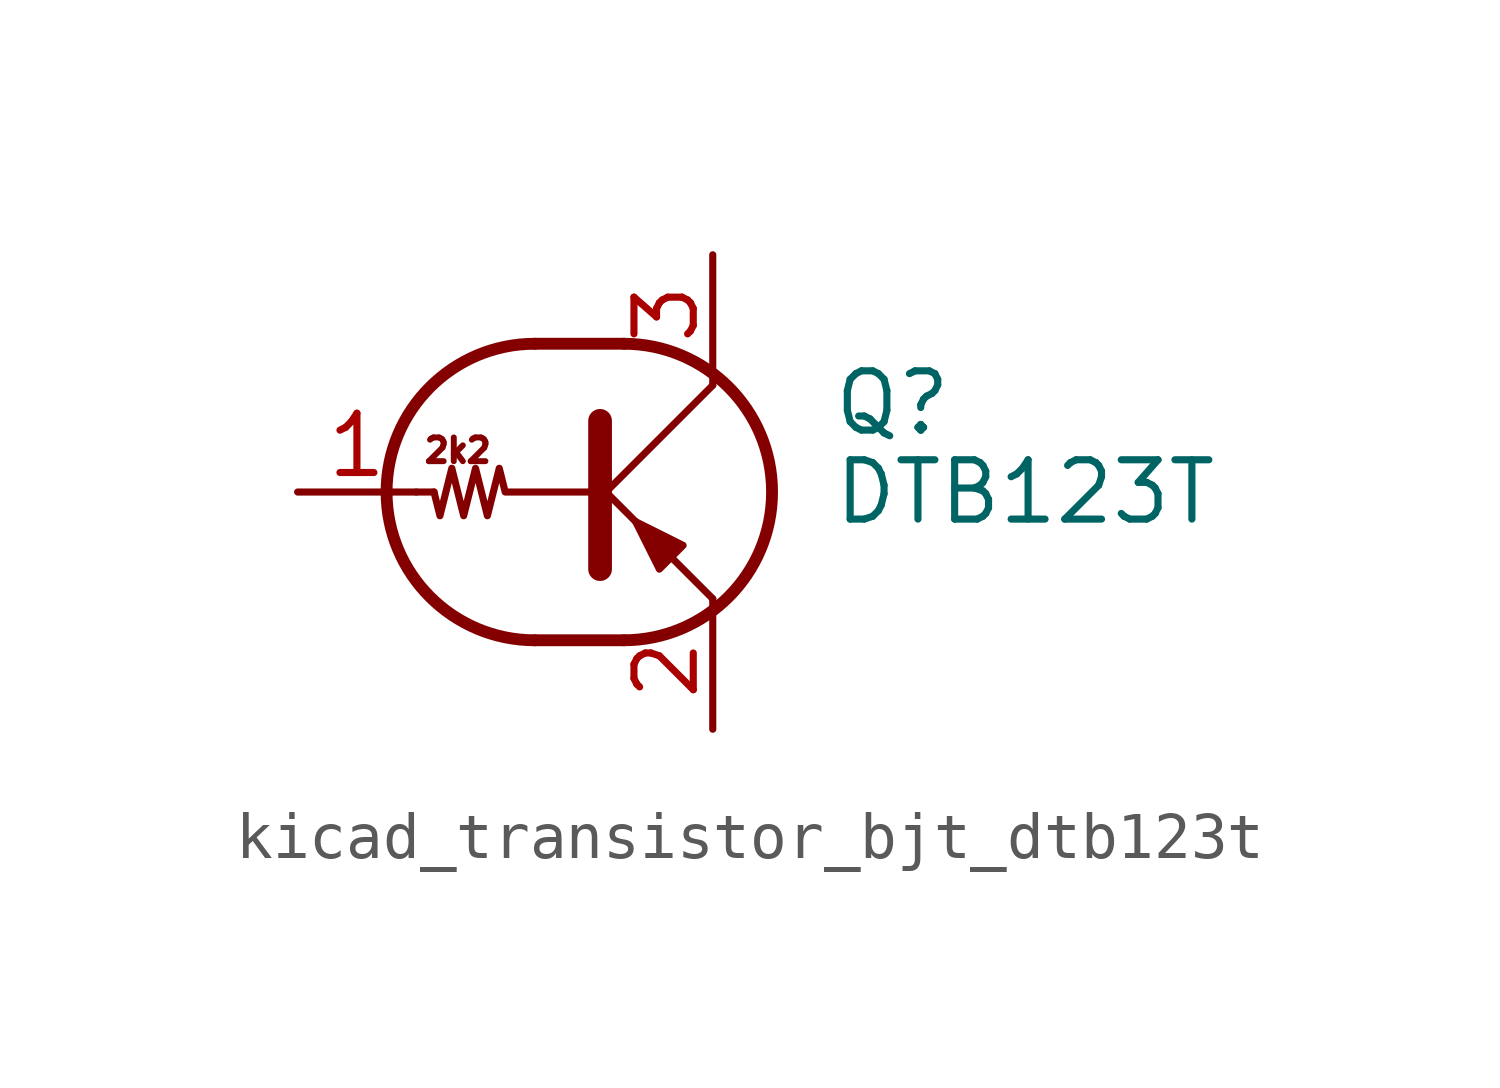
<source format=kicad_sym>
(kicad_symbol_lib
  (version 20220914)
  (generator kicad_symbol_editor)
  (symbol "kicad_transistor_bjt_dtb123t"
    (pin_names
      (offset 0) hide)
    (property "Reference" "Q"
      (at 5.08 1.905 0)
      (effects (font (size 1.27 1.27)) (justify left)))
    (property "Value" "DTB123T"
      (at 5.08 0 0)
      (effects (font (size 1.27 1.27)) (justify left)))
    (symbol "kicad_transistor_bjt_dtb123t_0_0"
      (polyline (pts (xy 2.54 -2.286) (xy 2.54 -2.54)) (stroke (width 0) (type default)) (fill (type none)))
      (text "2k2" (at -2.921 0.889 0) (effects (font (size 0.508 0.508)))))
    (symbol "kicad_transistor_bjt_dtb123t_0_1"
      (arc (start -1.27 3.175) (mid -4.4312 0) (end -1.27 -3.175) (stroke (width 0.254) (type default)) (fill (type none)))
      (polyline (pts (xy -3.429 0) (xy -3.81 0)) (stroke (width 0) (type default)) (fill (type none)))
      (polyline (pts (xy -1.27 -3.175) (xy 0.635 -3.175)) (stroke (width 0.254) (type default)) (fill (type none)))
      (polyline (pts (xy -1.27 3.175) (xy 0.635 3.175)) (stroke (width 0.254) (type default)) (fill (type none)))
      (polyline (pts (xy 0 -0.254) (xy 2.54 2.286)) (stroke (width 0) (type default)) (fill (type none)))
      (polyline (pts (xy 0.127 1.524) (xy 0.127 -1.651)) (stroke (width 0.508) (type default)) (fill (type outline)))
      (polyline (pts (xy 2.54 2.286) (xy 2.54 2.54)) (stroke (width 0) (type default)) (fill (type none)))
      (polyline (pts (xy 2.54 -2.286) (xy 0 0.254) (xy 0 0.254)) (stroke (width 0) (type default)) (fill (type none)))
      (polyline (pts (xy 1.397 -1.651) (xy 1.905 -1.143) (xy 0.889 -0.635) (xy 1.397 -1.651)) (stroke (width 0) (type default)) (fill (type outline)))
      (polyline (pts (xy 0 0) (xy -1.905 0) (xy -2.032 0.508) (xy -2.286 -0.508) (xy -2.54 0.508) (xy -2.794 -0.508) (xy -3.048 0.508) (xy -3.302 -0.508) (xy -3.429 0)) (stroke (width 0) (type default)) (fill (type none)))
      (arc (start 0.635 -3.175) (mid 3.7962 0) (end 0.635 3.175) (stroke (width 0.254) (type default)) (fill (type none))))
    (symbol "kicad_transistor_bjt_dtb123t_1_1"
      (pin input line (at -6.35 0 0) (length 2.54) (name "B" (effects (font (size 1.27 1.27)))) (number "1" (effects (font (size 1.27 1.27)))))
      (pin passive line (at 2.54 -5.08 90) (length 2.54) (name "E" (effects (font (size 1.27 1.27)))) (number "2" (effects (font (size 1.27 1.27)))))
      (pin passive line (at 2.54 5.08 270) (length 2.54) (name "C" (effects (font (size 1.27 1.27)))) (number "3" (effects (font (size 1.27 1.27))))))))
</source>
